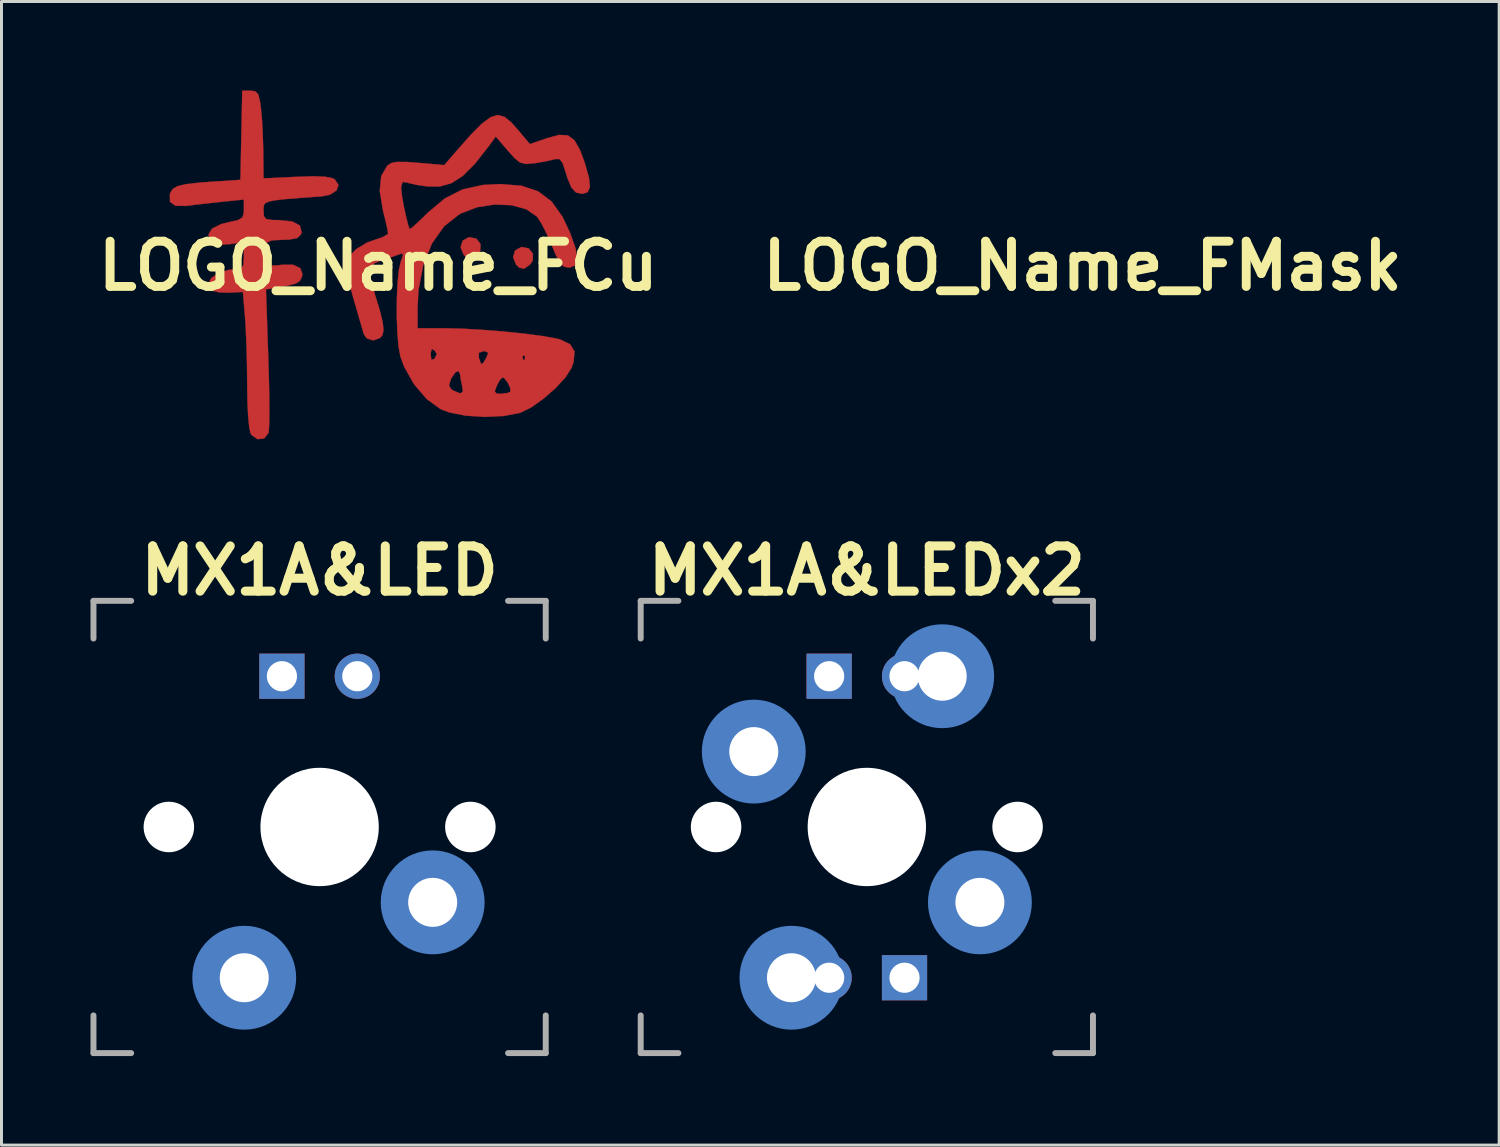
<source format=kicad_pcb>
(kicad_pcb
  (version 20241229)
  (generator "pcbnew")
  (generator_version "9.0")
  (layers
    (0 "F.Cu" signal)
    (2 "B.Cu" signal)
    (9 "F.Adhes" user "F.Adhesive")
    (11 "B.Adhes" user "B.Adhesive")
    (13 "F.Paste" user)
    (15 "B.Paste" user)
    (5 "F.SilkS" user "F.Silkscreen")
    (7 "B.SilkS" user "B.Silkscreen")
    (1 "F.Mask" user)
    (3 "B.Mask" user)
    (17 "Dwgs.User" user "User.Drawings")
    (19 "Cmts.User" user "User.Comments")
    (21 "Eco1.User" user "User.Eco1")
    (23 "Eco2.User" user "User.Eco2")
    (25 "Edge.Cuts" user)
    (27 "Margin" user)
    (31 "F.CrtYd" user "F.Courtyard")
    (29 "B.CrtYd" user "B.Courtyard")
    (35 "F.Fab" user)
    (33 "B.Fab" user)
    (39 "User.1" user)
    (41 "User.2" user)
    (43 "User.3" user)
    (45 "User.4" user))
  (footprint "LOGO_Name_FMask"
    (layer "F.Cu")
    (at 33.429 5.913)
    (property "Reference" "LOGO_Name_FMask" (at 0 0 0) (layer "F.SilkS") (effects (font (size 1.524 1.524) (thickness 0.3))))
    (attr through_hole)
    (fp_poly (pts (xy 3.304 -0.923) (xy 3.445 -0.744) (xy 3.441 -0.515) (xy 3.36 -0.394) (xy 3.15 -0.239) (xy 2.979 -0.277) (xy 2.876 -0.381) (xy 2.775 -0.629) (xy 2.844 -0.853) (xy 3.058 -0.973) (xy 3.058 -0.973) (xy 3.304 -0.923)) (stroke (width 0.01) (type solid)) (fill yes) (layer "F.Mask"))
    (fp_poly (pts (xy 5.07 -0.592) (xy 5.212 -0.413) (xy 5.208 -0.184) (xy 5.127 -0.063) (xy 4.917 0.092) (xy 4.746 0.055) (xy 4.643 -0.05) (xy 4.542 -0.298) (xy 4.611 -0.522) (xy 4.825 -0.642) (xy 4.825 -0.642) (xy 5.07 -0.592)) (stroke (width 0.01) (type solid)) (fill yes) (layer "F.Mask"))
    (fp_poly (pts (xy -4.139 -5.885) (xy -4.043 -5.778) (xy -3.983 -5.531) (xy -3.958 -5.356) (xy -3.921 -4.972) (xy -3.892 -4.467) (xy -3.876 -3.944) (xy -3.875 -3.878) (xy -3.865 -2.952) (xy -2.759 -3.005) (xy -2.175 -3.023) (xy -1.777 -3.007) (xy -1.534 -2.955) (xy -1.462 -2.916) (xy -1.34 -2.734) (xy -1.403 -2.55) (xy -1.618 -2.406) (xy -1.889 -2.347) (xy -2.592 -2.297) (xy -3.105 -2.256) (xy -3.458 -2.217) (xy -3.68 -2.174) (xy -3.803 -2.119) (xy -3.854 -2.044) (xy -3.865 -1.943) (xy -3.865 -1.868) (xy -3.852 -1.676) (xy -3.773 -1.581) (xy -3.572 -1.549) (xy -3.327 -1.546) (xy -2.893 -1.499) (xy -2.641 -1.363) (xy -2.582 -1.145) (xy -2.605 -1.063) (xy -2.725 -0.944) (xy -2.992 -0.89) (xy -3.208 -0.883) (xy -3.582 -0.864) (xy -3.776 -0.781) (xy -3.829 -0.598) (xy -3.793 -0.33) (xy -3.736 -0.11) (xy -3.636 -0.018) (xy -3.424 -0.017) (xy -3.252 -0.039) (xy -2.866 -0.039) (xy -2.625 0.074) (xy -2.554 0.28) (xy -2.58 0.388) (xy -2.65 0.51) (xy -2.782 0.592) (xy -3.032 0.659) (xy -3.355 0.717) (xy -3.784 0.789) (xy -3.705 3.093) (xy -3.684 3.797) (xy -3.672 4.436) (xy -3.67 4.975) (xy -3.676 5.375) (xy -3.692 5.6) (xy -3.697 5.625) (xy -3.845 5.811) (xy -4.062 5.837) (xy -4.264 5.7) (xy -4.303 5.639) (xy -4.346 5.451) (xy -4.382 5.092) (xy -4.407 4.612) (xy -4.417 4.06) (xy -4.417 4) (xy -4.423 3.361) (xy -4.44 2.708) (xy -4.464 2.123) (xy -4.489 1.724) (xy -4.561 0.875) (xy -5.043 0.9) (xy -5.367 0.889) (xy -5.603 0.831) (xy -5.648 0.801) (xy -5.728 0.606) (xy -5.63 0.409) (xy -5.391 0.241) (xy -5.052 0.133) (xy -4.797 0.11) (xy -4.625 0.086) (xy -4.548 -0.027) (xy -4.528 -0.291) (xy -4.528 -0.346) (xy -4.528 -0.803) (xy -5.014 -0.736) (xy -5.367 -0.715) (xy -5.577 -0.779) (xy -5.643 -0.841) (xy -5.724 -1.062) (xy -5.601 -1.259) (xy -5.291 -1.413) (xy -5.041 -1.475) (xy -4.729 -1.545) (xy -4.578 -1.635) (xy -4.531 -1.792) (xy -4.528 -1.905) (xy -4.528 -2.239) (xy -5.273 -2.163) (xy -5.74 -2.113) (xy -6.193 -2.06) (xy -6.471 -2.024) (xy -6.831 -2.029) (xy -7.017 -2.16) (xy -7.023 -2.411) (xy -7.001 -2.476) (xy -6.918 -2.602) (xy -6.758 -2.692) (xy -6.482 -2.757) (xy -6.052 -2.807) (xy -5.608 -2.84) (xy -4.644 -2.904) (xy -4.614 -4.406) (xy -4.583 -5.908) (xy -4.307 -5.908) (xy -4.139 -5.885)) (stroke (width 0.01) (type solid)) (fill yes) (layer "F.Mask"))
    (fp_poly (pts (xy 4.249 -5.028) (xy 4.48 -4.842) (xy 4.702 -4.594) (xy 5.109 -4.108) (xy 5.691 -4.308) (xy 6.094 -4.417) (xy 6.389 -4.402) (xy 6.612 -4.238) (xy 6.801 -3.902) (xy 6.959 -3.475) (xy 7.1 -2.982) (xy 7.132 -2.659) (xy 7.054 -2.483) (xy 6.864 -2.43) (xy 6.664 -2.476) (xy 6.509 -2.644) (xy 6.372 -2.972) (xy 6.306 -3.186) (xy 6.208 -3.48) (xy 6.108 -3.603) (xy 5.964 -3.603) (xy 5.928 -3.593) (xy 5.661 -3.53) (xy 5.309 -3.47) (xy 5.237 -3.459) (xy 4.97 -3.438) (xy 4.779 -3.485) (xy 4.59 -3.638) (xy 4.373 -3.881) (xy 3.96 -4.362) (xy 3.719 -4.032) (xy 3.256 -3.442) (xy 2.848 -3.035) (xy 2.461 -2.787) (xy 2.063 -2.677) (xy 1.666 -2.68) (xy 1.314 -2.73) (xy 1.033 -2.792) (xy 0.966 -2.815) (xy 0.823 -2.832) (xy 0.775 -2.687) (xy 0.773 -2.609) (xy 0.796 -2.385) (xy 0.854 -2.051) (xy 0.93 -1.693) (xy 1.005 -1.391) (xy 1.059 -1.237) (xy 1.14 -1.293) (xy 1.337 -1.47) (xy 1.61 -1.735) (xy 1.672 -1.797) (xy 2.239 -2.274) (xy 2.835 -2.577) (xy 3.52 -2.73) (xy 4.109 -2.761) (xy 4.823 -2.704) (xy 5.388 -2.516) (xy 5.84 -2.175) (xy 6.211 -1.655) (xy 6.465 -1.115) (xy 6.651 -0.59) (xy 6.71 -0.23) (xy 6.641 -0.02) (xy 6.444 0.055) (xy 6.416 0.055) (xy 6.264 0.025) (xy 6.134 -0.095) (xy 5.996 -0.345) (xy 5.845 -0.699) (xy 5.668 -1.103) (xy 5.492 -1.446) (xy 5.356 -1.657) (xy 5.352 -1.662) (xy 4.99 -1.911) (xy 4.494 -2.048) (xy 3.923 -2.072) (xy 3.332 -1.98) (xy 2.781 -1.771) (xy 2.738 -1.747) (xy 2.219 -1.338) (xy 1.808 -0.756) (xy 1.515 -0.027) (xy 1.354 0.822) (xy 1.325 1.404) (xy 1.325 2.098) (xy 2.23 2.098) (xy 2.819 2.112) (xy 3.493 2.15) (xy 4.198 2.206) (xy 4.878 2.275) (xy 5.479 2.352) (xy 5.945 2.432) (xy 6.125 2.475) (xy 6.466 2.637) (xy 6.615 2.885) (xy 6.581 3.241) (xy 6.511 3.436) (xy 6.308 3.754) (xy 5.972 4.119) (xy 5.565 4.475) (xy 5.15 4.769) (xy 4.79 4.944) (xy 4.779 4.948) (xy 4.224 5.055) (xy 3.588 5.085) (xy 2.95 5.044) (xy 2.392 4.934) (xy 2.098 4.822) (xy 1.634 4.485) (xy 1.241 4.025) (xy 2.384 4.025) (xy 2.461 4.154) (xy 2.516 4.19) (xy 2.755 4.294) (xy 2.851 4.237) (xy 2.85 4.229) (xy 3.925 4.229) (xy 3.992 4.299) (xy 4.125 4.307) (xy 4.353 4.281) (xy 4.448 4.24) (xy 4.447 4.112) (xy 4.359 3.923) (xy 4.24 3.778) (xy 4.188 3.755) (xy 4.099 3.843) (xy 3.996 4.031) (xy 3.925 4.229) (xy 2.85 4.229) (xy 2.83 4.058) (xy 2.776 3.802) (xy 2.762 3.672) (xy 2.713 3.541) (xy 2.599 3.583) (xy 2.464 3.78) (xy 2.451 3.807) (xy 2.384 4.025) (xy 1.241 4.025) (xy 1.21 3.989) (xy 0.876 3.4) (xy 0.747 3.054) (xy 0.734 2.982) (xy 1.767 2.982) (xy 1.789 3.157) (xy 1.872 3.14) (xy 1.899 3.114) (xy 1.975 2.964) (xy 1.949 2.924) (xy 3.391 2.924) (xy 3.391 3.092) (xy 3.454 3.271) (xy 3.488 3.313) (xy 3.563 3.229) (xy 3.644 3.092) (xy 4.859 3.092) (xy 4.9 3.183) (xy 4.933 3.166) (xy 4.946 3.035) (xy 4.933 3.019) (xy 4.867 3.034) (xy 4.859 3.092) (xy 3.644 3.092) (xy 3.705 2.924) (xy 3.605 2.873) (xy 3.548 2.871) (xy 3.391 2.924) (xy 1.949 2.924) (xy 1.899 2.849) (xy 1.801 2.795) (xy 1.768 2.929) (xy 1.767 2.982) (xy 0.734 2.982) (xy 0.684 2.718) (xy 0.643 2.238) (xy 0.624 1.677) (xy 0.627 1.096) (xy 0.652 0.555) (xy 0.698 0.116) (xy 0.76 -0.151) (xy 0.834 -0.363) (xy 0.802 -0.421) (xy 0.692 -0.387) (xy 0.45 -0.301) (xy 0.138 -0.204) (xy 0.132 -0.202) (xy -0.133 -0.089) (xy -0.287 0.046) (xy -0.293 0.058) (xy -0.291 0.238) (xy -0.229 0.554) (xy -0.128 0.907) (xy 0.048 1.48) (xy 0.148 1.883) (xy 0.178 2.153) (xy 0.142 2.326) (xy 0.062 2.424) (xy -0.171 2.509) (xy -0.391 2.436) (xy -0.487 2.294) (xy -0.534 2.131) (xy -0.627 1.812) (xy -0.749 1.391) (xy -0.817 1.16) (xy -0.945 0.701) (xy -1.043 0.307) (xy -1.099 0.037) (xy -1.106 -0.033) (xy -1.005 -0.299) (xy -0.745 -0.567) (xy -0.38 -0.787) (xy -0.123 -0.88) (xy 0.156 -0.976) (xy 0.316 -1.071) (xy 0.331 -1.1) (xy 0.306 -1.251) (xy 0.239 -1.547) (xy 0.158 -1.873) (xy 0.05 -2.528) (xy 0.1 -3.031) (xy 0.303 -3.379) (xy 0.432 -3.467) (xy 0.63 -3.507) (xy 0.949 -3.506) (xy 1.351 -3.476) (xy 2.225 -3.399) (xy 2.631 -3.87) (xy 3.11 -4.413) (xy 3.483 -4.79) (xy 3.779 -5.011) (xy 4.025 -5.087) (xy 4.249 -5.028)) (stroke (width 0.01) (type solid)) (fill yes) (layer "F.Mask")))
  (footprint "MX1A&LED"
    (layer "F.Cu")
    (at 7.72 24.817)
    (property "Reference" "MX1A&LED" (at 0 -8.636 0) (layer "F.SilkS") (effects (font (size 1.524 1.524) (thickness 0.305))))
    (attr through_hole)
    (fp_line (start -7.62 -7.62) (end -6.35 -7.62) (stroke (width 0.2) (type solid)) (layer "F.Fab"))
    (fp_line (start -7.62 -6.35) (end -7.62 -7.62) (stroke (width 0.2) (type solid)) (layer "F.Fab"))
    (fp_line (start -7.62 6.35) (end -7.62 7.62) (stroke (width 0.2) (type solid)) (layer "F.Fab"))
    (fp_line (start -7.62 7.62) (end -6.35 7.62) (stroke (width 0.2) (type solid)) (layer "F.Fab"))
    (fp_line (start 6.35 -7.62) (end 7.62 -7.62) (stroke (width 0.2) (type solid)) (layer "F.Fab"))
    (fp_line (start 6.35 7.62) (end 7.62 7.62) (stroke (width 0.2) (type solid)) (layer "F.Fab"))
    (fp_line (start 7.62 -7.62) (end 7.62 -6.35) (stroke (width 0.2) (type solid)) (layer "F.Fab"))
    (fp_line (start 7.62 7.62) (end 7.62 6.35) (stroke (width 0.2) (type solid)) (layer "F.Fab"))
    (pad "" np_thru_hole circle (at -5.08 0) (size 1.702 1.702) (drill 1.702) (layers "*.Cu"))
    (pad "" np_thru_hole circle (at 0 0) (size 3.988 3.988) (drill 3.988) (layers "*.Cu"))
    (pad "" np_thru_hole circle (at 5.08 0) (size 1.702 1.702) (drill 1.702) (layers "*.Cu"))
    (pad "1" thru_hole circle (at 3.81 2.54) (size 2.5 2.5) (drill 1.651) (layers "*.Cu" "B.Mask"))
    (pad "1" smd circle (at 3.81 2.54) (size 3.5 3.5) (layers "B.Cu"))
    (pad "2" thru_hole circle (at -2.54 5.08) (size 2.5 2.5) (drill 1.651) (layers "*.Cu" "B.Mask"))
    (pad "2" smd circle (at -2.54 5.08) (size 3.5 3.5) (layers "B.Cu"))
    (pad "3" thru_hole circle (at 1.27 -5.08) (size 1.524 1.524) (drill 1.016) (layers "*.Cu" "B.Mask"))
    (pad "4" thru_hole rect (at -1.27 -5.08) (size 1.524 1.524) (drill 1.016) (layers "*.Cu" "B.Mask")))
  (footprint "MX1A&LEDx2"
    (layer "F.Cu")
    (at 26.16 24.817)
    (property "Reference" "MX1A&LEDx2" (at 0 -8.636 0) (layer "F.SilkS") (effects (font (size 1.524 1.524) (thickness 0.305))))
    (attr through_hole)
    (fp_line (start -7.62 -7.62) (end -6.35 -7.62) (stroke (width 0.2) (type solid)) (layer "F.Fab"))
    (fp_line (start -7.62 -6.35) (end -7.62 -7.62) (stroke (width 0.2) (type solid)) (layer "F.Fab"))
    (fp_line (start -7.62 6.35) (end -7.62 7.62) (stroke (width 0.2) (type solid)) (layer "F.Fab"))
    (fp_line (start -7.62 7.62) (end -6.35 7.62) (stroke (width 0.2) (type solid)) (layer "F.Fab"))
    (fp_line (start 6.35 -7.62) (end 7.62 -7.62) (stroke (width 0.2) (type solid)) (layer "F.Fab"))
    (fp_line (start 6.35 7.62) (end 7.62 7.62) (stroke (width 0.2) (type solid)) (layer "F.Fab"))
    (fp_line (start 7.62 -7.62) (end 7.62 -6.35) (stroke (width 0.2) (type solid)) (layer "F.Fab"))
    (fp_line (start 7.62 7.62) (end 7.62 6.35) (stroke (width 0.2) (type solid)) (layer "F.Fab"))
    (pad "" np_thru_hole circle (at -5.08 0) (size 1.702 1.702) (drill 1.702) (layers "*.Cu"))
    (pad "" np_thru_hole circle (at 0 0) (size 3.988 3.988) (drill 3.988) (layers "*.Cu"))
    (pad "" np_thru_hole circle (at 5.08 0) (size 1.702 1.702) (drill 1.702) (layers "*.Cu"))
    (pad "1" thru_hole circle (at -2.54 5.08) (size 2.5 2.5) (drill 1.651) (layers "*.Cu" "B.Mask"))
    (pad "1" smd circle (at -2.54 5.08) (size 3.5 3.5) (layers "B.Cu"))
    (pad "1" thru_hole circle (at -1.27 5.08) (size 1.524 1.524) (drill 1.016) (layers "*.Cu" "B.Mask"))
    (pad "2" thru_hole circle (at -3.81 -2.54) (size 2.5 2.5) (drill 1.651) (layers "*.Cu" "B.Mask"))
    (pad "2" smd circle (at -3.81 -2.54) (size 3.5 3.5) (layers "B.Cu"))
    (pad "2" thru_hole circle (at 3.81 2.54) (size 2.5 2.5) (drill 1.651) (layers "*.Cu" "B.Mask"))
    (pad "2" smd circle (at 3.81 2.54) (size 3.5 3.5) (layers "B.Cu"))
    (pad "3" thru_hole circle (at 1.27 -5.08) (size 1.524 1.524) (drill 1.016) (layers "*.Cu" "B.Mask"))
    (pad "3" thru_hole circle (at 2.54 -5.08) (size 2.5 2.5) (drill 1.651) (layers "*.Cu" "B.Mask"))
    (pad "3" smd circle (at 2.54 -5.08) (size 3.5 3.5) (layers "B.Cu"))
    (pad "4" thru_hole rect (at -1.27 -5.08) (size 1.524 1.524) (drill 1.016) (layers "*.Cu" "B.Mask"))
    (pad "4" thru_hole rect (at 1.27 5.08) (size 1.524 1.524) (drill 1.016) (layers "*.Cu" "B.Mask")))
  (footprint "LOGO_Name_FCu"
    (layer "F.Cu")
    (at 9.696 5.913)
    (property "Reference" "LOGO_Name_FCu" (at 0 0 0) (layer "F.SilkS") (effects (font (size 1.524 1.524) (thickness 0.3))))
    (attr through_hole)
    (fp_poly (pts (xy 3.304 -0.923) (xy 3.445 -0.744) (xy 3.441 -0.515) (xy 3.36 -0.394) (xy 3.15 -0.239) (xy 2.979 -0.277) (xy 2.876 -0.381) (xy 2.775 -0.629) (xy 2.844 -0.853) (xy 3.058 -0.973) (xy 3.058 -0.973) (xy 3.304 -0.923)) (stroke (width 0.01) (type solid)) (fill yes) (layer "F.Cu"))
    (fp_poly (pts (xy 5.07 -0.592) (xy 5.212 -0.413) (xy 5.208 -0.184) (xy 5.127 -0.063) (xy 4.917 0.092) (xy 4.746 0.055) (xy 4.643 -0.05) (xy 4.542 -0.298) (xy 4.611 -0.522) (xy 4.825 -0.642) (xy 4.825 -0.642) (xy 5.07 -0.592)) (stroke (width 0.01) (type solid)) (fill yes) (layer "F.Cu"))
    (fp_poly (pts (xy -4.139 -5.885) (xy -4.043 -5.778) (xy -3.983 -5.531) (xy -3.958 -5.356) (xy -3.921 -4.972) (xy -3.892 -4.467) (xy -3.876 -3.944) (xy -3.875 -3.878) (xy -3.865 -2.952) (xy -2.759 -3.005) (xy -2.175 -3.023) (xy -1.777 -3.007) (xy -1.534 -2.955) (xy -1.462 -2.916) (xy -1.34 -2.734) (xy -1.403 -2.55) (xy -1.618 -2.406) (xy -1.889 -2.347) (xy -2.592 -2.297) (xy -3.105 -2.256) (xy -3.458 -2.217) (xy -3.68 -2.174) (xy -3.803 -2.119) (xy -3.854 -2.044) (xy -3.865 -1.943) (xy -3.865 -1.868) (xy -3.852 -1.676) (xy -3.773 -1.581) (xy -3.572 -1.549) (xy -3.327 -1.546) (xy -2.893 -1.499) (xy -2.641 -1.363) (xy -2.582 -1.145) (xy -2.605 -1.063) (xy -2.725 -0.944) (xy -2.992 -0.89) (xy -3.208 -0.883) (xy -3.582 -0.864) (xy -3.776 -0.781) (xy -3.829 -0.598) (xy -3.793 -0.33) (xy -3.736 -0.11) (xy -3.636 -0.018) (xy -3.424 -0.017) (xy -3.252 -0.039) (xy -2.866 -0.039) (xy -2.625 0.074) (xy -2.554 0.28) (xy -2.58 0.388) (xy -2.65 0.51) (xy -2.782 0.592) (xy -3.032 0.659) (xy -3.355 0.717) (xy -3.784 0.789) (xy -3.705 3.093) (xy -3.684 3.797) (xy -3.672 4.436) (xy -3.67 4.975) (xy -3.676 5.375) (xy -3.692 5.6) (xy -3.697 5.625) (xy -3.845 5.811) (xy -4.062 5.837) (xy -4.264 5.7) (xy -4.303 5.639) (xy -4.346 5.451) (xy -4.382 5.092) (xy -4.407 4.612) (xy -4.417 4.06) (xy -4.417 4) (xy -4.423 3.361) (xy -4.44 2.708) (xy -4.464 2.123) (xy -4.489 1.724) (xy -4.561 0.875) (xy -5.043 0.9) (xy -5.367 0.889) (xy -5.603 0.831) (xy -5.648 0.801) (xy -5.728 0.606) (xy -5.63 0.409) (xy -5.391 0.241) (xy -5.052 0.133) (xy -4.797 0.11) (xy -4.625 0.086) (xy -4.548 -0.027) (xy -4.528 -0.291) (xy -4.528 -0.346) (xy -4.528 -0.803) (xy -5.014 -0.736) (xy -5.367 -0.715) (xy -5.577 -0.779) (xy -5.643 -0.841) (xy -5.724 -1.062) (xy -5.601 -1.259) (xy -5.291 -1.413) (xy -5.041 -1.475) (xy -4.729 -1.545) (xy -4.578 -1.635) (xy -4.531 -1.792) (xy -4.528 -1.905) (xy -4.528 -2.239) (xy -5.273 -2.163) (xy -5.74 -2.113) (xy -6.193 -2.06) (xy -6.471 -2.024) (xy -6.831 -2.029) (xy -7.017 -2.16) (xy -7.023 -2.411) (xy -7.001 -2.476) (xy -6.918 -2.602) (xy -6.758 -2.692) (xy -6.482 -2.757) (xy -6.052 -2.807) (xy -5.608 -2.84) (xy -4.644 -2.904) (xy -4.614 -4.406) (xy -4.583 -5.908) (xy -4.307 -5.908) (xy -4.139 -5.885)) (stroke (width 0.01) (type solid)) (fill yes) (layer "F.Cu"))
    (fp_poly (pts (xy 4.249 -5.028) (xy 4.48 -4.842) (xy 4.702 -4.594) (xy 5.109 -4.108) (xy 5.691 -4.308) (xy 6.094 -4.417) (xy 6.389 -4.402) (xy 6.612 -4.238) (xy 6.801 -3.902) (xy 6.959 -3.475) (xy 7.1 -2.982) (xy 7.132 -2.659) (xy 7.054 -2.483) (xy 6.864 -2.43) (xy 6.664 -2.476) (xy 6.509 -2.644) (xy 6.372 -2.972) (xy 6.306 -3.186) (xy 6.208 -3.48) (xy 6.108 -3.603) (xy 5.964 -3.603) (xy 5.928 -3.593) (xy 5.661 -3.53) (xy 5.309 -3.47) (xy 5.237 -3.459) (xy 4.97 -3.438) (xy 4.779 -3.485) (xy 4.59 -3.638) (xy 4.373 -3.881) (xy 3.96 -4.362) (xy 3.719 -4.032) (xy 3.256 -3.442) (xy 2.848 -3.035) (xy 2.461 -2.787) (xy 2.063 -2.677) (xy 1.666 -2.68) (xy 1.314 -2.73) (xy 1.033 -2.792) (xy 0.966 -2.815) (xy 0.823 -2.832) (xy 0.775 -2.687) (xy 0.773 -2.609) (xy 0.796 -2.385) (xy 0.854 -2.051) (xy 0.93 -1.693) (xy 1.005 -1.391) (xy 1.059 -1.237) (xy 1.14 -1.293) (xy 1.337 -1.47) (xy 1.61 -1.735) (xy 1.672 -1.797) (xy 2.239 -2.274) (xy 2.835 -2.577) (xy 3.52 -2.73) (xy 4.109 -2.761) (xy 4.823 -2.704) (xy 5.388 -2.516) (xy 5.84 -2.175) (xy 6.211 -1.655) (xy 6.465 -1.115) (xy 6.651 -0.59) (xy 6.71 -0.23) (xy 6.641 -0.02) (xy 6.444 0.055) (xy 6.416 0.055) (xy 6.264 0.025) (xy 6.134 -0.095) (xy 5.996 -0.345) (xy 5.845 -0.699) (xy 5.668 -1.103) (xy 5.492 -1.446) (xy 5.356 -1.657) (xy 5.352 -1.662) (xy 4.99 -1.911) (xy 4.494 -2.048) (xy 3.923 -2.072) (xy 3.332 -1.98) (xy 2.781 -1.771) (xy 2.738 -1.747) (xy 2.219 -1.338) (xy 1.808 -0.756) (xy 1.515 -0.027) (xy 1.354 0.822) (xy 1.325 1.404) (xy 1.325 2.098) (xy 2.23 2.098) (xy 2.819 2.112) (xy 3.493 2.15) (xy 4.198 2.206) (xy 4.878 2.275) (xy 5.479 2.352) (xy 5.945 2.432) (xy 6.125 2.475) (xy 6.466 2.637) (xy 6.615 2.885) (xy 6.581 3.241) (xy 6.511 3.436) (xy 6.308 3.754) (xy 5.972 4.119) (xy 5.565 4.475) (xy 5.15 4.769) (xy 4.79 4.944) (xy 4.779 4.948) (xy 4.224 5.055) (xy 3.588 5.085) (xy 2.95 5.044) (xy 2.392 4.934) (xy 2.098 4.822) (xy 1.634 4.485) (xy 1.241 4.025) (xy 2.384 4.025) (xy 2.461 4.154) (xy 2.516 4.19) (xy 2.755 4.294) (xy 2.851 4.237) (xy 2.85 4.229) (xy 3.925 4.229) (xy 3.992 4.299) (xy 4.125 4.307) (xy 4.353 4.281) (xy 4.448 4.24) (xy 4.447 4.112) (xy 4.359 3.923) (xy 4.24 3.778) (xy 4.188 3.755) (xy 4.099 3.843) (xy 3.996 4.031) (xy 3.925 4.229) (xy 2.85 4.229) (xy 2.83 4.058) (xy 2.776 3.802) (xy 2.762 3.672) (xy 2.713 3.541) (xy 2.599 3.583) (xy 2.464 3.78) (xy 2.451 3.807) (xy 2.384 4.025) (xy 1.241 4.025) (xy 1.21 3.989) (xy 0.876 3.4) (xy 0.747 3.054) (xy 0.734 2.982) (xy 1.767 2.982) (xy 1.789 3.157) (xy 1.872 3.14) (xy 1.899 3.114) (xy 1.975 2.964) (xy 1.949 2.924) (xy 3.391 2.924) (xy 3.391 3.092) (xy 3.454 3.271) (xy 3.488 3.313) (xy 3.563 3.229) (xy 3.644 3.092) (xy 4.859 3.092) (xy 4.9 3.183) (xy 4.933 3.166) (xy 4.946 3.035) (xy 4.933 3.019) (xy 4.867 3.034) (xy 4.859 3.092) (xy 3.644 3.092) (xy 3.705 2.924) (xy 3.605 2.873) (xy 3.548 2.871) (xy 3.391 2.924) (xy 1.949 2.924) (xy 1.899 2.849) (xy 1.801 2.795) (xy 1.768 2.929) (xy 1.767 2.982) (xy 0.734 2.982) (xy 0.684 2.718) (xy 0.643 2.238) (xy 0.624 1.677) (xy 0.627 1.096) (xy 0.652 0.555) (xy 0.698 0.116) (xy 0.76 -0.151) (xy 0.834 -0.363) (xy 0.802 -0.421) (xy 0.692 -0.387) (xy 0.45 -0.301) (xy 0.138 -0.204) (xy 0.132 -0.202) (xy -0.133 -0.089) (xy -0.287 0.046) (xy -0.293 0.058) (xy -0.291 0.238) (xy -0.229 0.554) (xy -0.128 0.907) (xy 0.048 1.48) (xy 0.148 1.883) (xy 0.178 2.153) (xy 0.142 2.326) (xy 0.062 2.424) (xy -0.171 2.509) (xy -0.391 2.436) (xy -0.487 2.294) (xy -0.534 2.131) (xy -0.627 1.812) (xy -0.749 1.391) (xy -0.817 1.16) (xy -0.945 0.701) (xy -1.043 0.307) (xy -1.099 0.037) (xy -1.106 -0.033) (xy -1.005 -0.299) (xy -0.745 -0.567) (xy -0.38 -0.787) (xy -0.123 -0.88) (xy 0.156 -0.976) (xy 0.316 -1.071) (xy 0.331 -1.1) (xy 0.306 -1.251) (xy 0.239 -1.547) (xy 0.158 -1.873) (xy 0.05 -2.528) (xy 0.1 -3.031) (xy 0.303 -3.379) (xy 0.432 -3.467) (xy 0.63 -3.507) (xy 0.949 -3.506) (xy 1.351 -3.476) (xy 2.225 -3.399) (xy 2.631 -3.87) (xy 3.11 -4.413) (xy 3.483 -4.79) (xy 3.779 -5.011) (xy 4.025 -5.087) (xy 4.249 -5.028)) (stroke (width 0.01) (type solid)) (fill yes) (layer "F.Cu")))
  (gr_rect
    (start -3 -3)
    (end 47.468 35.537)
    (stroke (width 0.1) (type default))
    (fill no)
    (layer "Edge.Cuts")))
</source>
